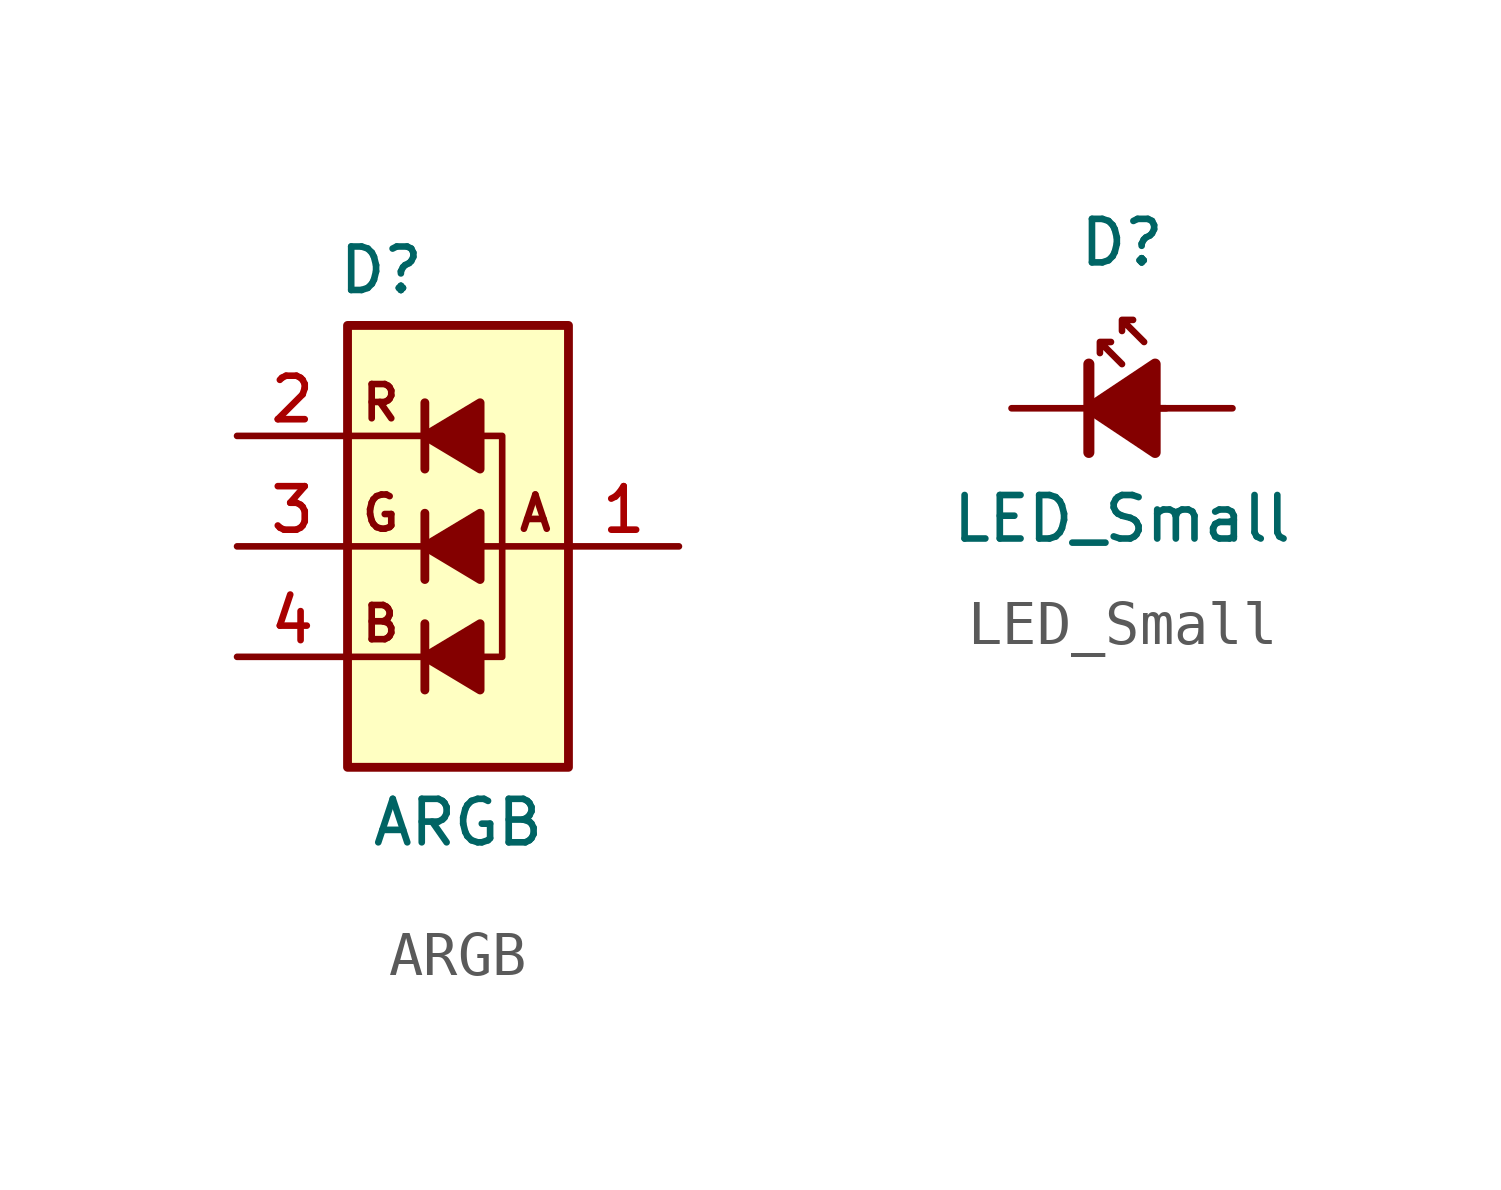
<source format=kicad_sym>
(kicad_symbol_lib
  (version 20201005)
  (generator kicad_symbol_editor)
  (symbol "HDLib_LED:ARGB"
    (pin_names
      (offset 1.016) hide)
    (property "Reference" "D"
      (at -2.794 6.35 0)
      (effects (font (size 1 1)) (justify left)))
    (property "Value" "ARGB"
      (at 0 -6.35 0)
      (effects (font (size 1 1))))
    (symbol "ARGB_0_0"
      (text "A" (at 1.778 0.762 0) (effects (font (size 0.787 0.787))))
      (text "B" (at -1.778 -1.778 0) (effects (font (size 0.787 0.787))))
      (text "G" (at -1.778 0.762 0) (effects (font (size 0.787 0.787))))
      (text "R" (at -1.778 3.302 0) (effects (font (size 0.787 0.787)))))
    (symbol "ARGB_0_1"
      (polyline (pts (xy -2.54 -2.54) (xy -0.762 -2.54)) (stroke (width 0.152)) (fill (type none)))
      (polyline (pts (xy -2.54 0) (xy -0.762 0)) (stroke (width 0.152)) (fill (type none)))
      (polyline (pts (xy -2.54 2.54) (xy -0.762 2.54)) (stroke (width 0.152)) (fill (type none)))
      (polyline (pts (xy 0.508 0) (xy 2.54 0)) (stroke (width 0.152)) (fill (type none)))
      (polyline (pts (xy 0 2.54) (xy 1.016 2.54) (xy 1.016 -2.54) (xy 0 -2.54)) (stroke (width 0.152)) (fill (type none))))
    (symbol "ARGB_1_1"
      (rectangle (start -2.54 5.08) (end 2.54 -5.08) (stroke (width 0.203)) (fill (type background)))
      (polyline (pts (xy -0.762 -1.778) (xy -0.762 -3.302)) (stroke (width 0.203)) (fill (type none)))
      (polyline (pts (xy -0.762 0.762) (xy -0.762 -0.762)) (stroke (width 0.203)) (fill (type none)))
      (polyline (pts (xy -0.762 3.302) (xy -0.762 1.778)) (stroke (width 0.203)) (fill (type none)))
      (polyline (pts (xy -0.762 -2.54) (xy 0.508 -1.778) (xy 0.508 -3.302) (xy -0.762 -2.54)) (stroke (width 0.203)) (fill (type outline)))
      (polyline (pts (xy -0.762 0) (xy 0.508 0.762) (xy 0.508 -0.762) (xy -0.762 0)) (stroke (width 0.203)) (fill (type outline)))
      (polyline (pts (xy -0.762 2.54) (xy 0.508 3.302) (xy 0.508 1.778) (xy -0.762 2.54)) (stroke (width 0.203)) (fill (type outline)))
      (pin power_in line (at 5.08 0 180) (length 2.54) (name "A" (effects (font (size 1 1)))) (number "1" (effects (font (size 1 1)))))
      (pin passive line (at -5.08 2.54 0) (length 2.54) (name "R" (effects (font (size 1 1)))) (number "2" (effects (font (size 1 1)))))
      (pin passive line (at -5.08 0 0) (length 2.54) (name "G" (effects (font (size 1 1)))) (number "3" (effects (font (size 1 1)))))
      (pin passive line (at -5.08 -2.54 0) (length 2.54) (name "B" (effects (font (size 1 1)))) (number "4" (effects (font (size 1 1)))))))
  (symbol "HDLib_LED:LED_Small"
    (pin_numbers hide)
    (pin_names
      (offset 0.254) hide)
    (property "Reference" "D"
      (at 0 3.81 0)
      (effects (font (size 1 1))))
    (property "Value" "LED_Small"
      (at 0 -2.54 0)
      (effects (font (size 1 1))))
    (symbol "LED_Small_0_1"
      (polyline (pts (xy -0.762 -1.016) (xy -0.762 1.016)) (stroke (width 0.254)) (fill (type none)))
      (polyline (pts (xy 1.016 0) (xy -0.762 0)) (stroke (width 0)) (fill (type none)))
      (polyline (pts (xy 0 1.016) (xy -0.508 1.524) (xy -0.254 1.524) (xy -0.508 1.524) (xy -0.508 1.27)) (stroke (width 0)) (fill (type none)))
      (polyline (pts (xy 0.508 1.524) (xy 0 2.032) (xy 0.254 2.032) (xy 0 2.032) (xy 0 1.778)) (stroke (width 0)) (fill (type none)))
      (polyline (pts (xy 0.762 -1.016) (xy -0.762 0) (xy 0.762 1.016) (xy 0.762 -1.016)) (stroke (width 0.254)) (fill (type outline))))
    (symbol "LED_Small_1_1"
      (pin passive line (at -2.54 0 0) (length 1.778) (name "K" (effects (font (size 1 1)))) (number "1" (effects (font (size 1 1)))))
      (pin passive line (at 2.54 0 180) (length 1.778) (name "A" (effects (font (size 1 1)))) (number "2" (effects (font (size 1 1))))))))
</source>
